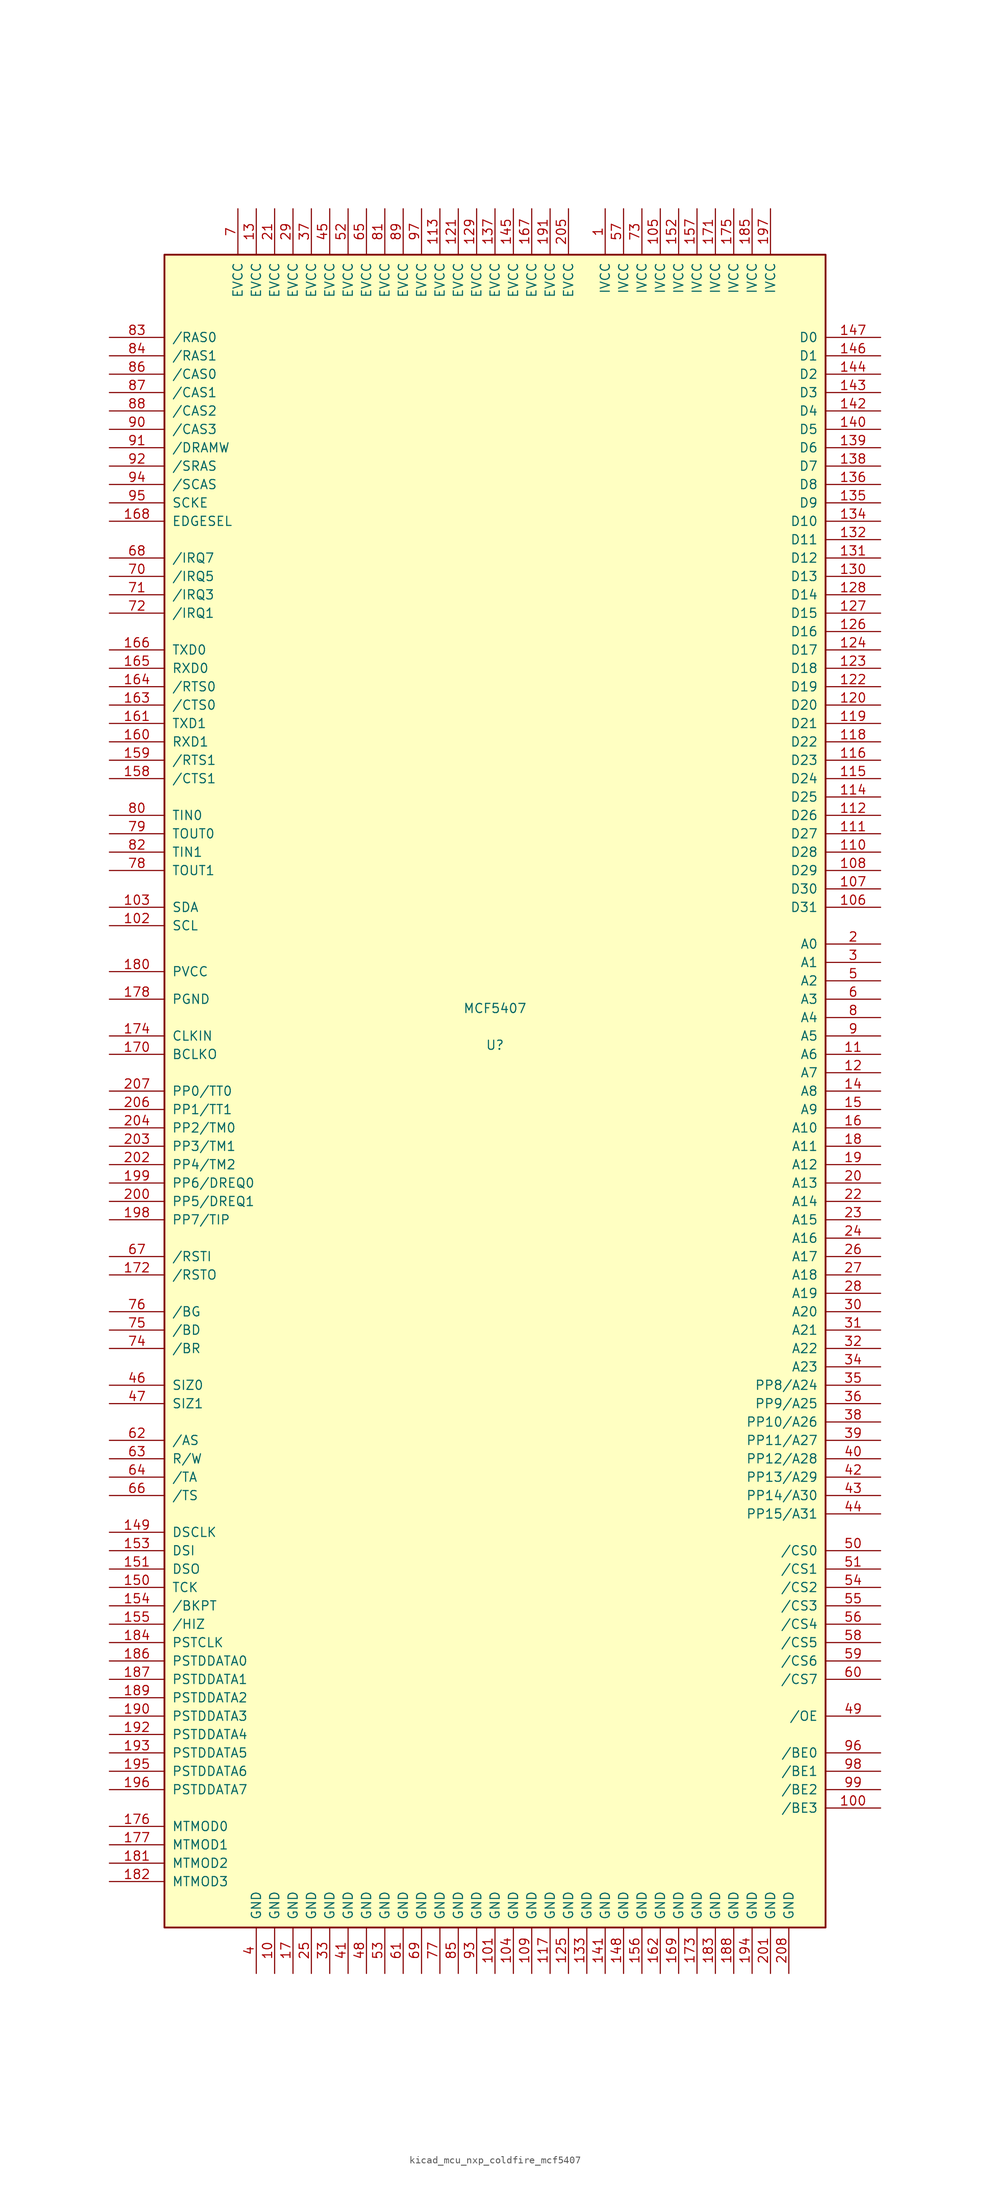
<source format=kicad_sym>
(kicad_symbol_lib
  (version 20220914)
  (generator kicad_symbol_editor)
  (symbol "kicad_mcu_nxp_coldfire_mcf5407"
    (pin_names
      (offset 1.016))
    (property "Reference" "U"
      (at 0 6.35 0)
      (effects (font (size 1.27 1.27))))
    (property "Value" "MCF5407"
      (at 0 11.43 0)
      (effects (font (size 1.27 1.27))))
    (symbol "kicad_mcu_nxp_coldfire_mcf5407_0_1"
      (rectangle (start -45.72 115.57) (end 45.72 -115.57) (stroke (width 0.254) (type default)) (fill (type background))))
    (symbol "kicad_mcu_nxp_coldfire_mcf5407_1_1"
      (pin power_in line (at 15.24 121.92 270) (length 6.35) (name "IVCC" (effects (font (size 1.27 1.27)))) (number "1" (effects (font (size 1.27 1.27)))))
      (pin power_in line (at -30.48 -121.92 90) (length 6.35) (name "GND" (effects (font (size 1.27 1.27)))) (number "10" (effects (font (size 1.27 1.27)))))
      (pin bidirectional line (at 53.34 -99.06 180) (length 7.62) (name "/BE3" (effects (font (size 1.27 1.27)))) (number "100" (effects (font (size 1.27 1.27)))))
      (pin power_in line (at 0 -121.92 90) (length 6.35) (name "GND" (effects (font (size 1.27 1.27)))) (number "101" (effects (font (size 1.27 1.27)))))
      (pin bidirectional line (at -53.34 22.86 0) (length 7.62) (name "SCL" (effects (font (size 1.27 1.27)))) (number "102" (effects (font (size 1.27 1.27)))))
      (pin bidirectional line (at -53.34 25.4 0) (length 7.62) (name "SDA" (effects (font (size 1.27 1.27)))) (number "103" (effects (font (size 1.27 1.27)))))
      (pin power_in line (at 2.54 -121.92 90) (length 6.35) (name "GND" (effects (font (size 1.27 1.27)))) (number "104" (effects (font (size 1.27 1.27)))))
      (pin power_in line (at 22.86 121.92 270) (length 6.35) (name "IVCC" (effects (font (size 1.27 1.27)))) (number "105" (effects (font (size 1.27 1.27)))))
      (pin bidirectional line (at 53.34 25.4 180) (length 7.62) (name "D31" (effects (font (size 1.27 1.27)))) (number "106" (effects (font (size 1.27 1.27)))))
      (pin bidirectional line (at 53.34 27.94 180) (length 7.62) (name "D30" (effects (font (size 1.27 1.27)))) (number "107" (effects (font (size 1.27 1.27)))))
      (pin bidirectional line (at 53.34 30.48 180) (length 7.62) (name "D29" (effects (font (size 1.27 1.27)))) (number "108" (effects (font (size 1.27 1.27)))))
      (pin power_in line (at 5.08 -121.92 90) (length 6.35) (name "GND" (effects (font (size 1.27 1.27)))) (number "109" (effects (font (size 1.27 1.27)))))
      (pin bidirectional line (at 53.34 5.08 180) (length 7.62) (name "A6" (effects (font (size 1.27 1.27)))) (number "11" (effects (font (size 1.27 1.27)))))
      (pin bidirectional line (at 53.34 33.02 180) (length 7.62) (name "D28" (effects (font (size 1.27 1.27)))) (number "110" (effects (font (size 1.27 1.27)))))
      (pin bidirectional line (at 53.34 35.56 180) (length 7.62) (name "D27" (effects (font (size 1.27 1.27)))) (number "111" (effects (font (size 1.27 1.27)))))
      (pin bidirectional line (at 53.34 38.1 180) (length 7.62) (name "D26" (effects (font (size 1.27 1.27)))) (number "112" (effects (font (size 1.27 1.27)))))
      (pin power_in line (at -7.62 121.92 270) (length 6.35) (name "EVCC" (effects (font (size 1.27 1.27)))) (number "113" (effects (font (size 1.27 1.27)))))
      (pin bidirectional line (at 53.34 40.64 180) (length 7.62) (name "D25" (effects (font (size 1.27 1.27)))) (number "114" (effects (font (size 1.27 1.27)))))
      (pin bidirectional line (at 53.34 43.18 180) (length 7.62) (name "D24" (effects (font (size 1.27 1.27)))) (number "115" (effects (font (size 1.27 1.27)))))
      (pin bidirectional line (at 53.34 45.72 180) (length 7.62) (name "D23" (effects (font (size 1.27 1.27)))) (number "116" (effects (font (size 1.27 1.27)))))
      (pin power_in line (at 7.62 -121.92 90) (length 6.35) (name "GND" (effects (font (size 1.27 1.27)))) (number "117" (effects (font (size 1.27 1.27)))))
      (pin bidirectional line (at 53.34 48.26 180) (length 7.62) (name "D22" (effects (font (size 1.27 1.27)))) (number "118" (effects (font (size 1.27 1.27)))))
      (pin bidirectional line (at 53.34 50.8 180) (length 7.62) (name "D21" (effects (font (size 1.27 1.27)))) (number "119" (effects (font (size 1.27 1.27)))))
      (pin bidirectional line (at 53.34 2.54 180) (length 7.62) (name "A7" (effects (font (size 1.27 1.27)))) (number "12" (effects (font (size 1.27 1.27)))))
      (pin bidirectional line (at 53.34 53.34 180) (length 7.62) (name "D20" (effects (font (size 1.27 1.27)))) (number "120" (effects (font (size 1.27 1.27)))))
      (pin power_in line (at -5.08 121.92 270) (length 6.35) (name "EVCC" (effects (font (size 1.27 1.27)))) (number "121" (effects (font (size 1.27 1.27)))))
      (pin bidirectional line (at 53.34 55.88 180) (length 7.62) (name "D19" (effects (font (size 1.27 1.27)))) (number "122" (effects (font (size 1.27 1.27)))))
      (pin bidirectional line (at 53.34 58.42 180) (length 7.62) (name "D18" (effects (font (size 1.27 1.27)))) (number "123" (effects (font (size 1.27 1.27)))))
      (pin bidirectional line (at 53.34 60.96 180) (length 7.62) (name "D17" (effects (font (size 1.27 1.27)))) (number "124" (effects (font (size 1.27 1.27)))))
      (pin power_in line (at 10.16 -121.92 90) (length 6.35) (name "GND" (effects (font (size 1.27 1.27)))) (number "125" (effects (font (size 1.27 1.27)))))
      (pin bidirectional line (at 53.34 63.5 180) (length 7.62) (name "D16" (effects (font (size 1.27 1.27)))) (number "126" (effects (font (size 1.27 1.27)))))
      (pin bidirectional line (at 53.34 66.04 180) (length 7.62) (name "D15" (effects (font (size 1.27 1.27)))) (number "127" (effects (font (size 1.27 1.27)))))
      (pin bidirectional line (at 53.34 68.58 180) (length 7.62) (name "D14" (effects (font (size 1.27 1.27)))) (number "128" (effects (font (size 1.27 1.27)))))
      (pin power_in line (at -2.54 121.92 270) (length 6.35) (name "EVCC" (effects (font (size 1.27 1.27)))) (number "129" (effects (font (size 1.27 1.27)))))
      (pin power_in line (at -33.02 121.92 270) (length 6.35) (name "EVCC" (effects (font (size 1.27 1.27)))) (number "13" (effects (font (size 1.27 1.27)))))
      (pin bidirectional line (at 53.34 71.12 180) (length 7.62) (name "D13" (effects (font (size 1.27 1.27)))) (number "130" (effects (font (size 1.27 1.27)))))
      (pin bidirectional line (at 53.34 73.66 180) (length 7.62) (name "D12" (effects (font (size 1.27 1.27)))) (number "131" (effects (font (size 1.27 1.27)))))
      (pin bidirectional line (at 53.34 76.2 180) (length 7.62) (name "D11" (effects (font (size 1.27 1.27)))) (number "132" (effects (font (size 1.27 1.27)))))
      (pin power_in line (at 12.7 -121.92 90) (length 6.35) (name "GND" (effects (font (size 1.27 1.27)))) (number "133" (effects (font (size 1.27 1.27)))))
      (pin bidirectional line (at 53.34 78.74 180) (length 7.62) (name "D10" (effects (font (size 1.27 1.27)))) (number "134" (effects (font (size 1.27 1.27)))))
      (pin bidirectional line (at 53.34 81.28 180) (length 7.62) (name "D9" (effects (font (size 1.27 1.27)))) (number "135" (effects (font (size 1.27 1.27)))))
      (pin bidirectional line (at 53.34 83.82 180) (length 7.62) (name "D8" (effects (font (size 1.27 1.27)))) (number "136" (effects (font (size 1.27 1.27)))))
      (pin power_in line (at 0 121.92 270) (length 6.35) (name "EVCC" (effects (font (size 1.27 1.27)))) (number "137" (effects (font (size 1.27 1.27)))))
      (pin bidirectional line (at 53.34 86.36 180) (length 7.62) (name "D7" (effects (font (size 1.27 1.27)))) (number "138" (effects (font (size 1.27 1.27)))))
      (pin bidirectional line (at 53.34 88.9 180) (length 7.62) (name "D6" (effects (font (size 1.27 1.27)))) (number "139" (effects (font (size 1.27 1.27)))))
      (pin bidirectional line (at 53.34 0 180) (length 7.62) (name "A8" (effects (font (size 1.27 1.27)))) (number "14" (effects (font (size 1.27 1.27)))))
      (pin bidirectional line (at 53.34 91.44 180) (length 7.62) (name "D5" (effects (font (size 1.27 1.27)))) (number "140" (effects (font (size 1.27 1.27)))))
      (pin power_in line (at 15.24 -121.92 90) (length 6.35) (name "GND" (effects (font (size 1.27 1.27)))) (number "141" (effects (font (size 1.27 1.27)))))
      (pin bidirectional line (at 53.34 93.98 180) (length 7.62) (name "D4" (effects (font (size 1.27 1.27)))) (number "142" (effects (font (size 1.27 1.27)))))
      (pin bidirectional line (at 53.34 96.52 180) (length 7.62) (name "D3" (effects (font (size 1.27 1.27)))) (number "143" (effects (font (size 1.27 1.27)))))
      (pin bidirectional line (at 53.34 99.06 180) (length 7.62) (name "D2" (effects (font (size 1.27 1.27)))) (number "144" (effects (font (size 1.27 1.27)))))
      (pin power_in line (at 2.54 121.92 270) (length 6.35) (name "EVCC" (effects (font (size 1.27 1.27)))) (number "145" (effects (font (size 1.27 1.27)))))
      (pin bidirectional line (at 53.34 101.6 180) (length 7.62) (name "D1" (effects (font (size 1.27 1.27)))) (number "146" (effects (font (size 1.27 1.27)))))
      (pin bidirectional line (at 53.34 104.14 180) (length 7.62) (name "D0" (effects (font (size 1.27 1.27)))) (number "147" (effects (font (size 1.27 1.27)))))
      (pin power_in line (at 17.78 -121.92 90) (length 6.35) (name "GND" (effects (font (size 1.27 1.27)))) (number "148" (effects (font (size 1.27 1.27)))))
      (pin input line (at -53.34 -60.96 0) (length 7.62) (name "DSCLK" (effects (font (size 1.27 1.27)))) (number "149" (effects (font (size 1.27 1.27)))))
      (pin bidirectional line (at 53.34 -2.54 180) (length 7.62) (name "A9" (effects (font (size 1.27 1.27)))) (number "15" (effects (font (size 1.27 1.27)))))
      (pin input line (at -53.34 -68.58 0) (length 7.62) (name "TCK" (effects (font (size 1.27 1.27)))) (number "150" (effects (font (size 1.27 1.27)))))
      (pin output line (at -53.34 -66.04 0) (length 7.62) (name "DSO" (effects (font (size 1.27 1.27)))) (number "151" (effects (font (size 1.27 1.27)))))
      (pin power_in line (at 25.4 121.92 270) (length 6.35) (name "IVCC" (effects (font (size 1.27 1.27)))) (number "152" (effects (font (size 1.27 1.27)))))
      (pin input line (at -53.34 -63.5 0) (length 7.62) (name "DSI" (effects (font (size 1.27 1.27)))) (number "153" (effects (font (size 1.27 1.27)))))
      (pin input line (at -53.34 -71.12 0) (length 7.62) (name "/BKPT" (effects (font (size 1.27 1.27)))) (number "154" (effects (font (size 1.27 1.27)))))
      (pin input line (at -53.34 -73.66 0) (length 7.62) (name "/HIZ" (effects (font (size 1.27 1.27)))) (number "155" (effects (font (size 1.27 1.27)))))
      (pin power_in line (at 20.32 -121.92 90) (length 6.35) (name "GND" (effects (font (size 1.27 1.27)))) (number "156" (effects (font (size 1.27 1.27)))))
      (pin power_in line (at 27.94 121.92 270) (length 6.35) (name "IVCC" (effects (font (size 1.27 1.27)))) (number "157" (effects (font (size 1.27 1.27)))))
      (pin input line (at -53.34 43.18 0) (length 7.62) (name "/CTS1" (effects (font (size 1.27 1.27)))) (number "158" (effects (font (size 1.27 1.27)))))
      (pin output line (at -53.34 45.72 0) (length 7.62) (name "/RTS1" (effects (font (size 1.27 1.27)))) (number "159" (effects (font (size 1.27 1.27)))))
      (pin bidirectional line (at 53.34 -5.08 180) (length 7.62) (name "A10" (effects (font (size 1.27 1.27)))) (number "16" (effects (font (size 1.27 1.27)))))
      (pin input line (at -53.34 48.26 0) (length 7.62) (name "RXD1" (effects (font (size 1.27 1.27)))) (number "160" (effects (font (size 1.27 1.27)))))
      (pin output line (at -53.34 50.8 0) (length 7.62) (name "TXD1" (effects (font (size 1.27 1.27)))) (number "161" (effects (font (size 1.27 1.27)))))
      (pin power_in line (at 22.86 -121.92 90) (length 6.35) (name "GND" (effects (font (size 1.27 1.27)))) (number "162" (effects (font (size 1.27 1.27)))))
      (pin input line (at -53.34 53.34 0) (length 7.62) (name "/CTS0" (effects (font (size 1.27 1.27)))) (number "163" (effects (font (size 1.27 1.27)))))
      (pin output line (at -53.34 55.88 0) (length 7.62) (name "/RTS0" (effects (font (size 1.27 1.27)))) (number "164" (effects (font (size 1.27 1.27)))))
      (pin input line (at -53.34 58.42 0) (length 7.62) (name "RXD0" (effects (font (size 1.27 1.27)))) (number "165" (effects (font (size 1.27 1.27)))))
      (pin output line (at -53.34 60.96 0) (length 7.62) (name "TXD0" (effects (font (size 1.27 1.27)))) (number "166" (effects (font (size 1.27 1.27)))))
      (pin power_in line (at 5.08 121.92 270) (length 6.35) (name "EVCC" (effects (font (size 1.27 1.27)))) (number "167" (effects (font (size 1.27 1.27)))))
      (pin input line (at -53.34 78.74 0) (length 7.62) (name "EDGESEL" (effects (font (size 1.27 1.27)))) (number "168" (effects (font (size 1.27 1.27)))))
      (pin power_in line (at 25.4 -121.92 90) (length 6.35) (name "GND" (effects (font (size 1.27 1.27)))) (number "169" (effects (font (size 1.27 1.27)))))
      (pin power_in line (at -27.94 -121.92 90) (length 6.35) (name "GND" (effects (font (size 1.27 1.27)))) (number "17" (effects (font (size 1.27 1.27)))))
      (pin output line (at -53.34 5.08 0) (length 7.62) (name "BCLKO" (effects (font (size 1.27 1.27)))) (number "170" (effects (font (size 1.27 1.27)))))
      (pin power_in line (at 30.48 121.92 270) (length 6.35) (name "IVCC" (effects (font (size 1.27 1.27)))) (number "171" (effects (font (size 1.27 1.27)))))
      (pin output line (at -53.34 -25.4 0) (length 7.62) (name "/RSTO" (effects (font (size 1.27 1.27)))) (number "172" (effects (font (size 1.27 1.27)))))
      (pin power_in line (at 27.94 -121.92 90) (length 6.35) (name "GND" (effects (font (size 1.27 1.27)))) (number "173" (effects (font (size 1.27 1.27)))))
      (pin output line (at -53.34 7.62 0) (length 7.62) (name "CLKIN" (effects (font (size 1.27 1.27)))) (number "174" (effects (font (size 1.27 1.27)))))
      (pin power_in line (at 33.02 121.92 270) (length 6.35) (name "IVCC" (effects (font (size 1.27 1.27)))) (number "175" (effects (font (size 1.27 1.27)))))
      (pin input line (at -53.34 -101.6 0) (length 7.62) (name "MTMOD0" (effects (font (size 1.27 1.27)))) (number "176" (effects (font (size 1.27 1.27)))))
      (pin input line (at -53.34 -104.14 0) (length 7.62) (name "MTMOD1" (effects (font (size 1.27 1.27)))) (number "177" (effects (font (size 1.27 1.27)))))
      (pin passive line (at -53.34 12.7 0) (length 7.62) (name "PGND" (effects (font (size 1.27 1.27)))) (number "178" (effects (font (size 1.27 1.27)))))
      (pin bidirectional line (at 53.34 -7.62 180) (length 7.62) (name "A11" (effects (font (size 1.27 1.27)))) (number "18" (effects (font (size 1.27 1.27)))))
      (pin passive line (at -53.34 16.51 0) (length 7.62) (name "PVCC" (effects (font (size 1.27 1.27)))) (number "180" (effects (font (size 1.27 1.27)))))
      (pin input line (at -53.34 -106.68 0) (length 7.62) (name "MTMOD2" (effects (font (size 1.27 1.27)))) (number "181" (effects (font (size 1.27 1.27)))))
      (pin input line (at -53.34 -109.22 0) (length 7.62) (name "MTMOD3" (effects (font (size 1.27 1.27)))) (number "182" (effects (font (size 1.27 1.27)))))
      (pin power_in line (at 30.48 -121.92 90) (length 6.35) (name "GND" (effects (font (size 1.27 1.27)))) (number "183" (effects (font (size 1.27 1.27)))))
      (pin output line (at -53.34 -76.2 0) (length 7.62) (name "PSTCLK" (effects (font (size 1.27 1.27)))) (number "184" (effects (font (size 1.27 1.27)))))
      (pin power_in line (at 35.56 121.92 270) (length 6.35) (name "IVCC" (effects (font (size 1.27 1.27)))) (number "185" (effects (font (size 1.27 1.27)))))
      (pin output line (at -53.34 -78.74 0) (length 7.62) (name "PSTDDATA0" (effects (font (size 1.27 1.27)))) (number "186" (effects (font (size 1.27 1.27)))))
      (pin output line (at -53.34 -81.28 0) (length 7.62) (name "PSTDDATA1" (effects (font (size 1.27 1.27)))) (number "187" (effects (font (size 1.27 1.27)))))
      (pin power_in line (at 33.02 -121.92 90) (length 6.35) (name "GND" (effects (font (size 1.27 1.27)))) (number "188" (effects (font (size 1.27 1.27)))))
      (pin output line (at -53.34 -83.82 0) (length 7.62) (name "PSTDDATA2" (effects (font (size 1.27 1.27)))) (number "189" (effects (font (size 1.27 1.27)))))
      (pin bidirectional line (at 53.34 -10.16 180) (length 7.62) (name "A12" (effects (font (size 1.27 1.27)))) (number "19" (effects (font (size 1.27 1.27)))))
      (pin output line (at -53.34 -86.36 0) (length 7.62) (name "PSTDDATA3" (effects (font (size 1.27 1.27)))) (number "190" (effects (font (size 1.27 1.27)))))
      (pin power_in line (at 7.62 121.92 270) (length 6.35) (name "EVCC" (effects (font (size 1.27 1.27)))) (number "191" (effects (font (size 1.27 1.27)))))
      (pin output line (at -53.34 -88.9 0) (length 7.62) (name "PSTDDATA4" (effects (font (size 1.27 1.27)))) (number "192" (effects (font (size 1.27 1.27)))))
      (pin output line (at -53.34 -91.44 0) (length 7.62) (name "PSTDDATA5" (effects (font (size 1.27 1.27)))) (number "193" (effects (font (size 1.27 1.27)))))
      (pin power_in line (at 35.56 -121.92 90) (length 6.35) (name "GND" (effects (font (size 1.27 1.27)))) (number "194" (effects (font (size 1.27 1.27)))))
      (pin output line (at -53.34 -93.98 0) (length 7.62) (name "PSTDDATA6" (effects (font (size 1.27 1.27)))) (number "195" (effects (font (size 1.27 1.27)))))
      (pin output line (at -53.34 -96.52 0) (length 7.62) (name "PSTDDATA7" (effects (font (size 1.27 1.27)))) (number "196" (effects (font (size 1.27 1.27)))))
      (pin power_in line (at 38.1 121.92 270) (length 6.35) (name "IVCC" (effects (font (size 1.27 1.27)))) (number "197" (effects (font (size 1.27 1.27)))))
      (pin bidirectional line (at -53.34 -17.78 0) (length 7.62) (name "PP7/TIP" (effects (font (size 1.27 1.27)))) (number "198" (effects (font (size 1.27 1.27)))))
      (pin bidirectional line (at -53.34 -12.7 0) (length 7.62) (name "PP6/DREQ0" (effects (font (size 1.27 1.27)))) (number "199" (effects (font (size 1.27 1.27)))))
      (pin bidirectional line (at 53.34 20.32 180) (length 7.62) (name "A0" (effects (font (size 1.27 1.27)))) (number "2" (effects (font (size 1.27 1.27)))))
      (pin bidirectional line (at 53.34 -12.7 180) (length 7.62) (name "A13" (effects (font (size 1.27 1.27)))) (number "20" (effects (font (size 1.27 1.27)))))
      (pin bidirectional line (at -53.34 -15.24 0) (length 7.62) (name "PP5/DREQ1" (effects (font (size 1.27 1.27)))) (number "200" (effects (font (size 1.27 1.27)))))
      (pin power_in line (at 38.1 -121.92 90) (length 6.35) (name "GND" (effects (font (size 1.27 1.27)))) (number "201" (effects (font (size 1.27 1.27)))))
      (pin bidirectional line (at -53.34 -10.16 0) (length 7.62) (name "PP4/TM2" (effects (font (size 1.27 1.27)))) (number "202" (effects (font (size 1.27 1.27)))))
      (pin bidirectional line (at -53.34 -7.62 0) (length 7.62) (name "PP3/TM1" (effects (font (size 1.27 1.27)))) (number "203" (effects (font (size 1.27 1.27)))))
      (pin bidirectional line (at -53.34 -5.08 0) (length 7.62) (name "PP2/TM0" (effects (font (size 1.27 1.27)))) (number "204" (effects (font (size 1.27 1.27)))))
      (pin power_in line (at 10.16 121.92 270) (length 6.35) (name "EVCC" (effects (font (size 1.27 1.27)))) (number "205" (effects (font (size 1.27 1.27)))))
      (pin bidirectional line (at -53.34 -2.54 0) (length 7.62) (name "PP1/TT1" (effects (font (size 1.27 1.27)))) (number "206" (effects (font (size 1.27 1.27)))))
      (pin bidirectional line (at -53.34 0 0) (length 7.62) (name "PP0/TT0" (effects (font (size 1.27 1.27)))) (number "207" (effects (font (size 1.27 1.27)))))
      (pin power_in line (at 40.64 -121.92 90) (length 6.35) (name "GND" (effects (font (size 1.27 1.27)))) (number "208" (effects (font (size 1.27 1.27)))))
      (pin power_in line (at -30.48 121.92 270) (length 6.35) (name "EVCC" (effects (font (size 1.27 1.27)))) (number "21" (effects (font (size 1.27 1.27)))))
      (pin bidirectional line (at 53.34 -15.24 180) (length 7.62) (name "A14" (effects (font (size 1.27 1.27)))) (number "22" (effects (font (size 1.27 1.27)))))
      (pin bidirectional line (at 53.34 -17.78 180) (length 7.62) (name "A15" (effects (font (size 1.27 1.27)))) (number "23" (effects (font (size 1.27 1.27)))))
      (pin bidirectional line (at 53.34 -20.32 180) (length 7.62) (name "A16" (effects (font (size 1.27 1.27)))) (number "24" (effects (font (size 1.27 1.27)))))
      (pin power_in line (at -25.4 -121.92 90) (length 6.35) (name "GND" (effects (font (size 1.27 1.27)))) (number "25" (effects (font (size 1.27 1.27)))))
      (pin bidirectional line (at 53.34 -22.86 180) (length 7.62) (name "A17" (effects (font (size 1.27 1.27)))) (number "26" (effects (font (size 1.27 1.27)))))
      (pin bidirectional line (at 53.34 -25.4 180) (length 7.62) (name "A18" (effects (font (size 1.27 1.27)))) (number "27" (effects (font (size 1.27 1.27)))))
      (pin bidirectional line (at 53.34 -27.94 180) (length 7.62) (name "A19" (effects (font (size 1.27 1.27)))) (number "28" (effects (font (size 1.27 1.27)))))
      (pin power_in line (at -27.94 121.92 270) (length 6.35) (name "EVCC" (effects (font (size 1.27 1.27)))) (number "29" (effects (font (size 1.27 1.27)))))
      (pin bidirectional line (at 53.34 17.78 180) (length 7.62) (name "A1" (effects (font (size 1.27 1.27)))) (number "3" (effects (font (size 1.27 1.27)))))
      (pin bidirectional line (at 53.34 -30.48 180) (length 7.62) (name "A20" (effects (font (size 1.27 1.27)))) (number "30" (effects (font (size 1.27 1.27)))))
      (pin bidirectional line (at 53.34 -33.02 180) (length 7.62) (name "A21" (effects (font (size 1.27 1.27)))) (number "31" (effects (font (size 1.27 1.27)))))
      (pin bidirectional line (at 53.34 -35.56 180) (length 7.62) (name "A22" (effects (font (size 1.27 1.27)))) (number "32" (effects (font (size 1.27 1.27)))))
      (pin power_in line (at -22.86 -121.92 90) (length 6.35) (name "GND" (effects (font (size 1.27 1.27)))) (number "33" (effects (font (size 1.27 1.27)))))
      (pin bidirectional line (at 53.34 -38.1 180) (length 7.62) (name "A23" (effects (font (size 1.27 1.27)))) (number "34" (effects (font (size 1.27 1.27)))))
      (pin bidirectional line (at 53.34 -40.64 180) (length 7.62) (name "PP8/A24" (effects (font (size 1.27 1.27)))) (number "35" (effects (font (size 1.27 1.27)))))
      (pin bidirectional line (at 53.34 -43.18 180) (length 7.62) (name "PP9/A25" (effects (font (size 1.27 1.27)))) (number "36" (effects (font (size 1.27 1.27)))))
      (pin power_in line (at -25.4 121.92 270) (length 6.35) (name "EVCC" (effects (font (size 1.27 1.27)))) (number "37" (effects (font (size 1.27 1.27)))))
      (pin bidirectional line (at 53.34 -45.72 180) (length 7.62) (name "PP10/A26" (effects (font (size 1.27 1.27)))) (number "38" (effects (font (size 1.27 1.27)))))
      (pin bidirectional line (at 53.34 -48.26 180) (length 7.62) (name "PP11/A27" (effects (font (size 1.27 1.27)))) (number "39" (effects (font (size 1.27 1.27)))))
      (pin power_in line (at -33.02 -121.92 90) (length 6.35) (name "GND" (effects (font (size 1.27 1.27)))) (number "4" (effects (font (size 1.27 1.27)))))
      (pin bidirectional line (at 53.34 -50.8 180) (length 7.62) (name "PP12/A28" (effects (font (size 1.27 1.27)))) (number "40" (effects (font (size 1.27 1.27)))))
      (pin power_in line (at -20.32 -121.92 90) (length 6.35) (name "GND" (effects (font (size 1.27 1.27)))) (number "41" (effects (font (size 1.27 1.27)))))
      (pin bidirectional line (at 53.34 -53.34 180) (length 7.62) (name "PP13/A29" (effects (font (size 1.27 1.27)))) (number "42" (effects (font (size 1.27 1.27)))))
      (pin bidirectional line (at 53.34 -55.88 180) (length 7.62) (name "PP14/A30" (effects (font (size 1.27 1.27)))) (number "43" (effects (font (size 1.27 1.27)))))
      (pin bidirectional line (at 53.34 -58.42 180) (length 7.62) (name "PP15/A31" (effects (font (size 1.27 1.27)))) (number "44" (effects (font (size 1.27 1.27)))))
      (pin power_in line (at -22.86 121.92 270) (length 6.35) (name "EVCC" (effects (font (size 1.27 1.27)))) (number "45" (effects (font (size 1.27 1.27)))))
      (pin bidirectional line (at -53.34 -40.64 0) (length 7.62) (name "SIZ0" (effects (font (size 1.27 1.27)))) (number "46" (effects (font (size 1.27 1.27)))))
      (pin bidirectional line (at -53.34 -43.18 0) (length 7.62) (name "SIZ1" (effects (font (size 1.27 1.27)))) (number "47" (effects (font (size 1.27 1.27)))))
      (pin power_in line (at -17.78 -121.92 90) (length 6.35) (name "GND" (effects (font (size 1.27 1.27)))) (number "48" (effects (font (size 1.27 1.27)))))
      (pin output line (at 53.34 -86.36 180) (length 7.62) (name "/OE" (effects (font (size 1.27 1.27)))) (number "49" (effects (font (size 1.27 1.27)))))
      (pin bidirectional line (at 53.34 15.24 180) (length 7.62) (name "A2" (effects (font (size 1.27 1.27)))) (number "5" (effects (font (size 1.27 1.27)))))
      (pin output line (at 53.34 -63.5 180) (length 7.62) (name "/CS0" (effects (font (size 1.27 1.27)))) (number "50" (effects (font (size 1.27 1.27)))))
      (pin output line (at 53.34 -66.04 180) (length 7.62) (name "/CS1" (effects (font (size 1.27 1.27)))) (number "51" (effects (font (size 1.27 1.27)))))
      (pin power_in line (at -20.32 121.92 270) (length 6.35) (name "EVCC" (effects (font (size 1.27 1.27)))) (number "52" (effects (font (size 1.27 1.27)))))
      (pin power_in line (at -15.24 -121.92 90) (length 6.35) (name "GND" (effects (font (size 1.27 1.27)))) (number "53" (effects (font (size 1.27 1.27)))))
      (pin output line (at 53.34 -68.58 180) (length 7.62) (name "/CS2" (effects (font (size 1.27 1.27)))) (number "54" (effects (font (size 1.27 1.27)))))
      (pin output line (at 53.34 -71.12 180) (length 7.62) (name "/CS3" (effects (font (size 1.27 1.27)))) (number "55" (effects (font (size 1.27 1.27)))))
      (pin output line (at 53.34 -73.66 180) (length 7.62) (name "/CS4" (effects (font (size 1.27 1.27)))) (number "56" (effects (font (size 1.27 1.27)))))
      (pin power_in line (at 17.78 121.92 270) (length 6.35) (name "IVCC" (effects (font (size 1.27 1.27)))) (number "57" (effects (font (size 1.27 1.27)))))
      (pin output line (at 53.34 -76.2 180) (length 7.62) (name "/CS5" (effects (font (size 1.27 1.27)))) (number "58" (effects (font (size 1.27 1.27)))))
      (pin output line (at 53.34 -78.74 180) (length 7.62) (name "/CS6" (effects (font (size 1.27 1.27)))) (number "59" (effects (font (size 1.27 1.27)))))
      (pin bidirectional line (at 53.34 12.7 180) (length 7.62) (name "A3" (effects (font (size 1.27 1.27)))) (number "6" (effects (font (size 1.27 1.27)))))
      (pin output line (at 53.34 -81.28 180) (length 7.62) (name "/CS7" (effects (font (size 1.27 1.27)))) (number "60" (effects (font (size 1.27 1.27)))))
      (pin power_in line (at -12.7 -121.92 90) (length 6.35) (name "GND" (effects (font (size 1.27 1.27)))) (number "61" (effects (font (size 1.27 1.27)))))
      (pin bidirectional line (at -53.34 -48.26 0) (length 7.62) (name "/AS" (effects (font (size 1.27 1.27)))) (number "62" (effects (font (size 1.27 1.27)))))
      (pin bidirectional line (at -53.34 -50.8 0) (length 7.62) (name "R/W" (effects (font (size 1.27 1.27)))) (number "63" (effects (font (size 1.27 1.27)))))
      (pin bidirectional line (at -53.34 -53.34 0) (length 7.62) (name "/TA" (effects (font (size 1.27 1.27)))) (number "64" (effects (font (size 1.27 1.27)))))
      (pin power_in line (at -17.78 121.92 270) (length 6.35) (name "EVCC" (effects (font (size 1.27 1.27)))) (number "65" (effects (font (size 1.27 1.27)))))
      (pin bidirectional line (at -53.34 -55.88 0) (length 7.62) (name "/TS" (effects (font (size 1.27 1.27)))) (number "66" (effects (font (size 1.27 1.27)))))
      (pin input line (at -53.34 -22.86 0) (length 7.62) (name "/RSTI" (effects (font (size 1.27 1.27)))) (number "67" (effects (font (size 1.27 1.27)))))
      (pin input line (at -53.34 73.66 0) (length 7.62) (name "/IRQ7" (effects (font (size 1.27 1.27)))) (number "68" (effects (font (size 1.27 1.27)))))
      (pin power_in line (at -10.16 -121.92 90) (length 6.35) (name "GND" (effects (font (size 1.27 1.27)))) (number "69" (effects (font (size 1.27 1.27)))))
      (pin power_in line (at -35.56 121.92 270) (length 6.35) (name "EVCC" (effects (font (size 1.27 1.27)))) (number "7" (effects (font (size 1.27 1.27)))))
      (pin input line (at -53.34 71.12 0) (length 7.62) (name "/IRQ5" (effects (font (size 1.27 1.27)))) (number "70" (effects (font (size 1.27 1.27)))))
      (pin input line (at -53.34 68.58 0) (length 7.62) (name "/IRQ3" (effects (font (size 1.27 1.27)))) (number "71" (effects (font (size 1.27 1.27)))))
      (pin input line (at -53.34 66.04 0) (length 7.62) (name "/IRQ1" (effects (font (size 1.27 1.27)))) (number "72" (effects (font (size 1.27 1.27)))))
      (pin power_in line (at 20.32 121.92 270) (length 6.35) (name "IVCC" (effects (font (size 1.27 1.27)))) (number "73" (effects (font (size 1.27 1.27)))))
      (pin output line (at -53.34 -35.56 0) (length 7.62) (name "/BR" (effects (font (size 1.27 1.27)))) (number "74" (effects (font (size 1.27 1.27)))))
      (pin output line (at -53.34 -33.02 0) (length 7.62) (name "/BD" (effects (font (size 1.27 1.27)))) (number "75" (effects (font (size 1.27 1.27)))))
      (pin input line (at -53.34 -30.48 0) (length 7.62) (name "/BG" (effects (font (size 1.27 1.27)))) (number "76" (effects (font (size 1.27 1.27)))))
      (pin power_in line (at -7.62 -121.92 90) (length 6.35) (name "GND" (effects (font (size 1.27 1.27)))) (number "77" (effects (font (size 1.27 1.27)))))
      (pin output line (at -53.34 30.48 0) (length 7.62) (name "TOUT1" (effects (font (size 1.27 1.27)))) (number "78" (effects (font (size 1.27 1.27)))))
      (pin output line (at -53.34 35.56 0) (length 7.62) (name "TOUT0" (effects (font (size 1.27 1.27)))) (number "79" (effects (font (size 1.27 1.27)))))
      (pin bidirectional line (at 53.34 10.16 180) (length 7.62) (name "A4" (effects (font (size 1.27 1.27)))) (number "8" (effects (font (size 1.27 1.27)))))
      (pin input line (at -53.34 38.1 0) (length 7.62) (name "TIN0" (effects (font (size 1.27 1.27)))) (number "80" (effects (font (size 1.27 1.27)))))
      (pin power_in line (at -15.24 121.92 270) (length 6.35) (name "EVCC" (effects (font (size 1.27 1.27)))) (number "81" (effects (font (size 1.27 1.27)))))
      (pin input line (at -53.34 33.02 0) (length 7.62) (name "TIN1" (effects (font (size 1.27 1.27)))) (number "82" (effects (font (size 1.27 1.27)))))
      (pin output line (at -53.34 104.14 0) (length 7.62) (name "/RAS0" (effects (font (size 1.27 1.27)))) (number "83" (effects (font (size 1.27 1.27)))))
      (pin output line (at -53.34 101.6 0) (length 7.62) (name "/RAS1" (effects (font (size 1.27 1.27)))) (number "84" (effects (font (size 1.27 1.27)))))
      (pin power_in line (at -5.08 -121.92 90) (length 6.35) (name "GND" (effects (font (size 1.27 1.27)))) (number "85" (effects (font (size 1.27 1.27)))))
      (pin output line (at -53.34 99.06 0) (length 7.62) (name "/CAS0" (effects (font (size 1.27 1.27)))) (number "86" (effects (font (size 1.27 1.27)))))
      (pin output line (at -53.34 96.52 0) (length 7.62) (name "/CAS1" (effects (font (size 1.27 1.27)))) (number "87" (effects (font (size 1.27 1.27)))))
      (pin output line (at -53.34 93.98 0) (length 7.62) (name "/CAS2" (effects (font (size 1.27 1.27)))) (number "88" (effects (font (size 1.27 1.27)))))
      (pin power_in line (at -12.7 121.92 270) (length 6.35) (name "EVCC" (effects (font (size 1.27 1.27)))) (number "89" (effects (font (size 1.27 1.27)))))
      (pin bidirectional line (at 53.34 7.62 180) (length 7.62) (name "A5" (effects (font (size 1.27 1.27)))) (number "9" (effects (font (size 1.27 1.27)))))
      (pin output line (at -53.34 91.44 0) (length 7.62) (name "/CAS3" (effects (font (size 1.27 1.27)))) (number "90" (effects (font (size 1.27 1.27)))))
      (pin output line (at -53.34 88.9 0) (length 7.62) (name "/DRAMW" (effects (font (size 1.27 1.27)))) (number "91" (effects (font (size 1.27 1.27)))))
      (pin output line (at -53.34 86.36 0) (length 7.62) (name "/SRAS" (effects (font (size 1.27 1.27)))) (number "92" (effects (font (size 1.27 1.27)))))
      (pin power_in line (at -2.54 -121.92 90) (length 6.35) (name "GND" (effects (font (size 1.27 1.27)))) (number "93" (effects (font (size 1.27 1.27)))))
      (pin output line (at -53.34 83.82 0) (length 7.62) (name "/SCAS" (effects (font (size 1.27 1.27)))) (number "94" (effects (font (size 1.27 1.27)))))
      (pin output line (at -53.34 81.28 0) (length 7.62) (name "SCKE" (effects (font (size 1.27 1.27)))) (number "95" (effects (font (size 1.27 1.27)))))
      (pin bidirectional line (at 53.34 -91.44 180) (length 7.62) (name "/BE0" (effects (font (size 1.27 1.27)))) (number "96" (effects (font (size 1.27 1.27)))))
      (pin power_in line (at -10.16 121.92 270) (length 6.35) (name "EVCC" (effects (font (size 1.27 1.27)))) (number "97" (effects (font (size 1.27 1.27)))))
      (pin bidirectional line (at 53.34 -93.98 180) (length 7.62) (name "/BE1" (effects (font (size 1.27 1.27)))) (number "98" (effects (font (size 1.27 1.27)))))
      (pin bidirectional line (at 53.34 -96.52 180) (length 7.62) (name "/BE2" (effects (font (size 1.27 1.27)))) (number "99" (effects (font (size 1.27 1.27))))))))
</source>
